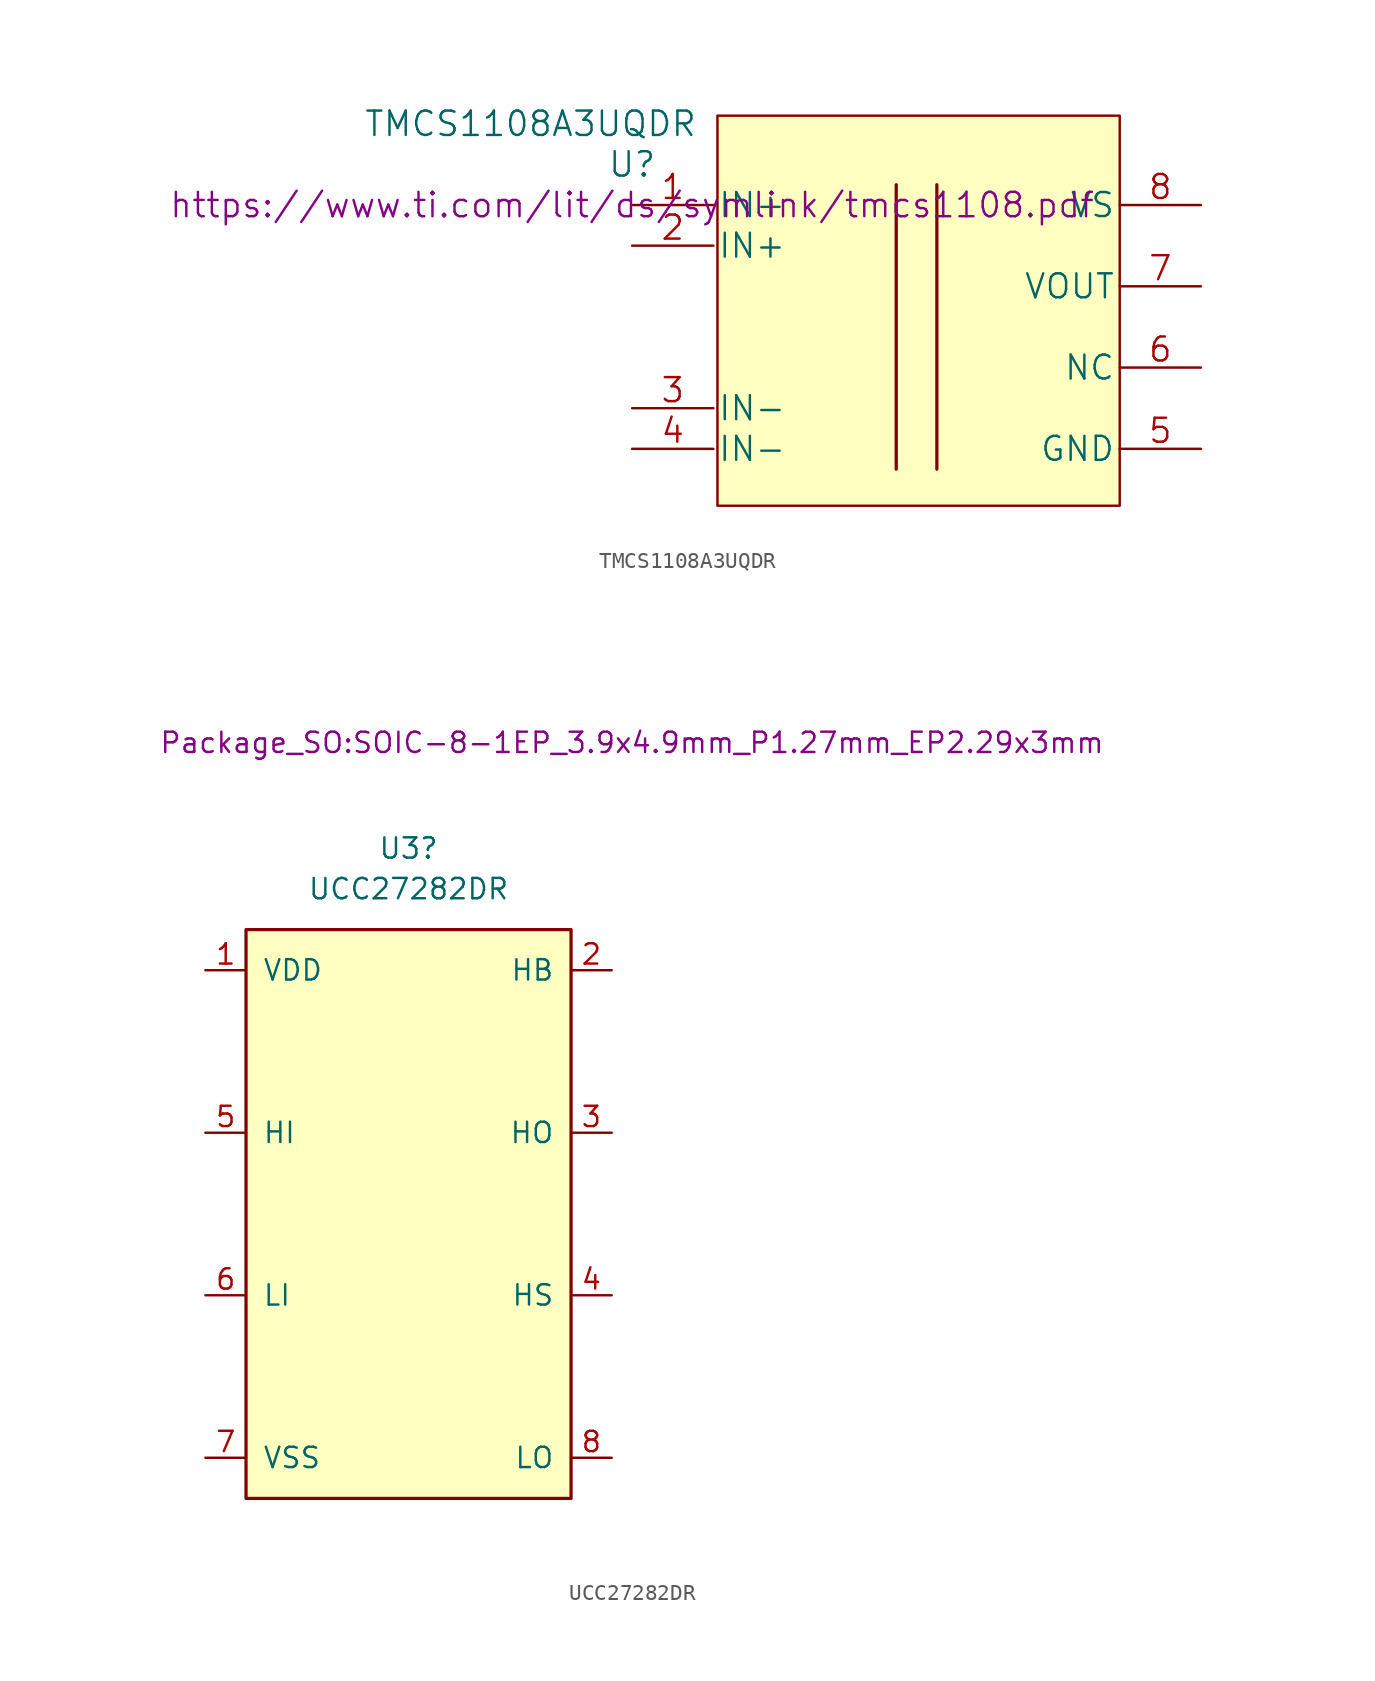
<source format=kicad_sym>
(kicad_symbol_lib
  (version 20241209)
  (generator "kicad_symbol_editor")
  (generator_version "9.0")
  (symbol "TMCS1108A3UQDR"
    (pin_names
      (offset 0.254))
    (property "Reference" "U"
      (at 0 2.54 0)
      (effects (font (size 1.524 1.524))))
    (property "Value" "TMCS1108A3UQDR"
      (at -6.35 5.08 0)
      (effects (font (size 1.524 1.524))))
    (property "Datasheet" "https://www.ti.com/lit/ds/symlink/tmcs1108.pdf"
      (at 0 0 0)
      (effects (font (size 1.524 1.524))))
    (symbol "TMCS1108A3UQDR_1_1"
      (rectangle (start 5.334 5.588) (end 30.48 -18.796) (stroke (width 0) (type solid)) (fill (type background)))
      (polyline (pts (xy 16.51 1.27) (xy 16.51 -16.51)) (stroke (width 0.203) (type default)) (fill (type none)))
      (polyline (pts (xy 19.05 1.27) (xy 19.05 -16.51)) (stroke (width 0.203) (type default)) (fill (type none)))
      (pin passive line (at 0 0 0) (length 5.08) (name "IN+" (effects (font (size 1.499 1.499)))) (number "1" (effects (font (size 1.499 1.499)))))
      (pin passive line (at 0 -2.54 0) (length 5.08) (name "IN+" (effects (font (size 1.499 1.499)))) (number "2" (effects (font (size 1.499 1.499)))))
      (pin passive line (at 0 -12.7 0) (length 5.08) (name "IN-" (effects (font (size 1.499 1.499)))) (number "3" (effects (font (size 1.499 1.499)))))
      (pin passive line (at 0 -15.24 0) (length 5.08) (name "IN-" (effects (font (size 1.499 1.499)))) (number "4" (effects (font (size 1.499 1.499)))))
      (pin power_in line (at 35.56 0 180) (length 5.08) (name "VS" (effects (font (size 1.499 1.499)))) (number "8" (effects (font (size 1.499 1.499)))))
      (pin output line (at 35.56 -5.08 180) (length 5.08) (name "VOUT" (effects (font (size 1.499 1.499)))) (number "7" (effects (font (size 1.499 1.499)))))
      (pin passive line (at 35.56 -10.16 180) (length 5.08) (name "NC" (effects (font (size 1.499 1.499)))) (number "6" (effects (font (size 1.499 1.499)))))
      (pin power_in line (at 35.56 -15.24 180) (length 5.08) (name "GND" (effects (font (size 1.499 1.499)))) (number "5" (effects (font (size 1.499 1.499)))))))
  (symbol "UCC27282DR"
    (pin_names
      (offset 1.016))
    (property "Reference" "U3"
      (at 0 22.86 0)
      (effects (font (size 1.27 1.27))))
    (property "Value" "UCC27282DR"
      (at 0 20.32 0)
      (effects (font (size 1.27 1.27))))
    (property "Footprint" "Package_SO:SOIC-8-1EP_3.9x4.9mm_P1.27mm_EP2.29x3mm"
      (at 13.97 29.464 0)
      (effects (font (size 1.27 1.27))))
    (symbol "UCC27282DR_0_1"
      (rectangle (start -10.16 17.78) (end 10.16 -17.78) (stroke (width 0.203) (type solid)) (fill (type background))))
    (symbol "UCC27282DR_1_1"
      (pin power_in line (at -12.7 15.24 0) (length 2.54) (name "VDD" (effects (font (size 1.27 1.27)))) (number "1" (effects (font (size 1.27 1.27)))))
      (pin input line (at -12.7 5.08 0) (length 2.54) (name "HI" (effects (font (size 1.27 1.27)))) (number "5" (effects (font (size 1.27 1.27)))))
      (pin input line (at -12.7 -5.08 0) (length 2.54) (name "LI" (effects (font (size 1.27 1.27)))) (number "6" (effects (font (size 1.27 1.27)))))
      (pin power_in line (at -12.7 -15.24 0) (length 2.54) (name "VSS" (effects (font (size 1.27 1.27)))) (number "7" (effects (font (size 1.27 1.27)))))
      (pin power_in line (at -12.7 -15.24 0) (length 2.54) (hide yes) (name "VSS" (effects (font (size 1.27 1.27)))) (number "9" (effects (font (size 1.27 1.27)))))
      (pin passive line (at 12.7 15.24 180) (length 2.54) (name "HB" (effects (font (size 1.27 1.27)))) (number "2" (effects (font (size 1.27 1.27)))))
      (pin output line (at 12.7 5.08 180) (length 2.54) (name "HO" (effects (font (size 1.27 1.27)))) (number "3" (effects (font (size 1.27 1.27)))))
      (pin output line (at 12.7 -5.08 180) (length 2.54) (name "HS" (effects (font (size 1.27 1.27)))) (number "4" (effects (font (size 1.27 1.27)))))
      (pin output line (at 12.7 -15.24 180) (length 2.54) (name "LO" (effects (font (size 1.27 1.27)))) (number "8" (effects (font (size 1.27 1.27))))))))
</source>
